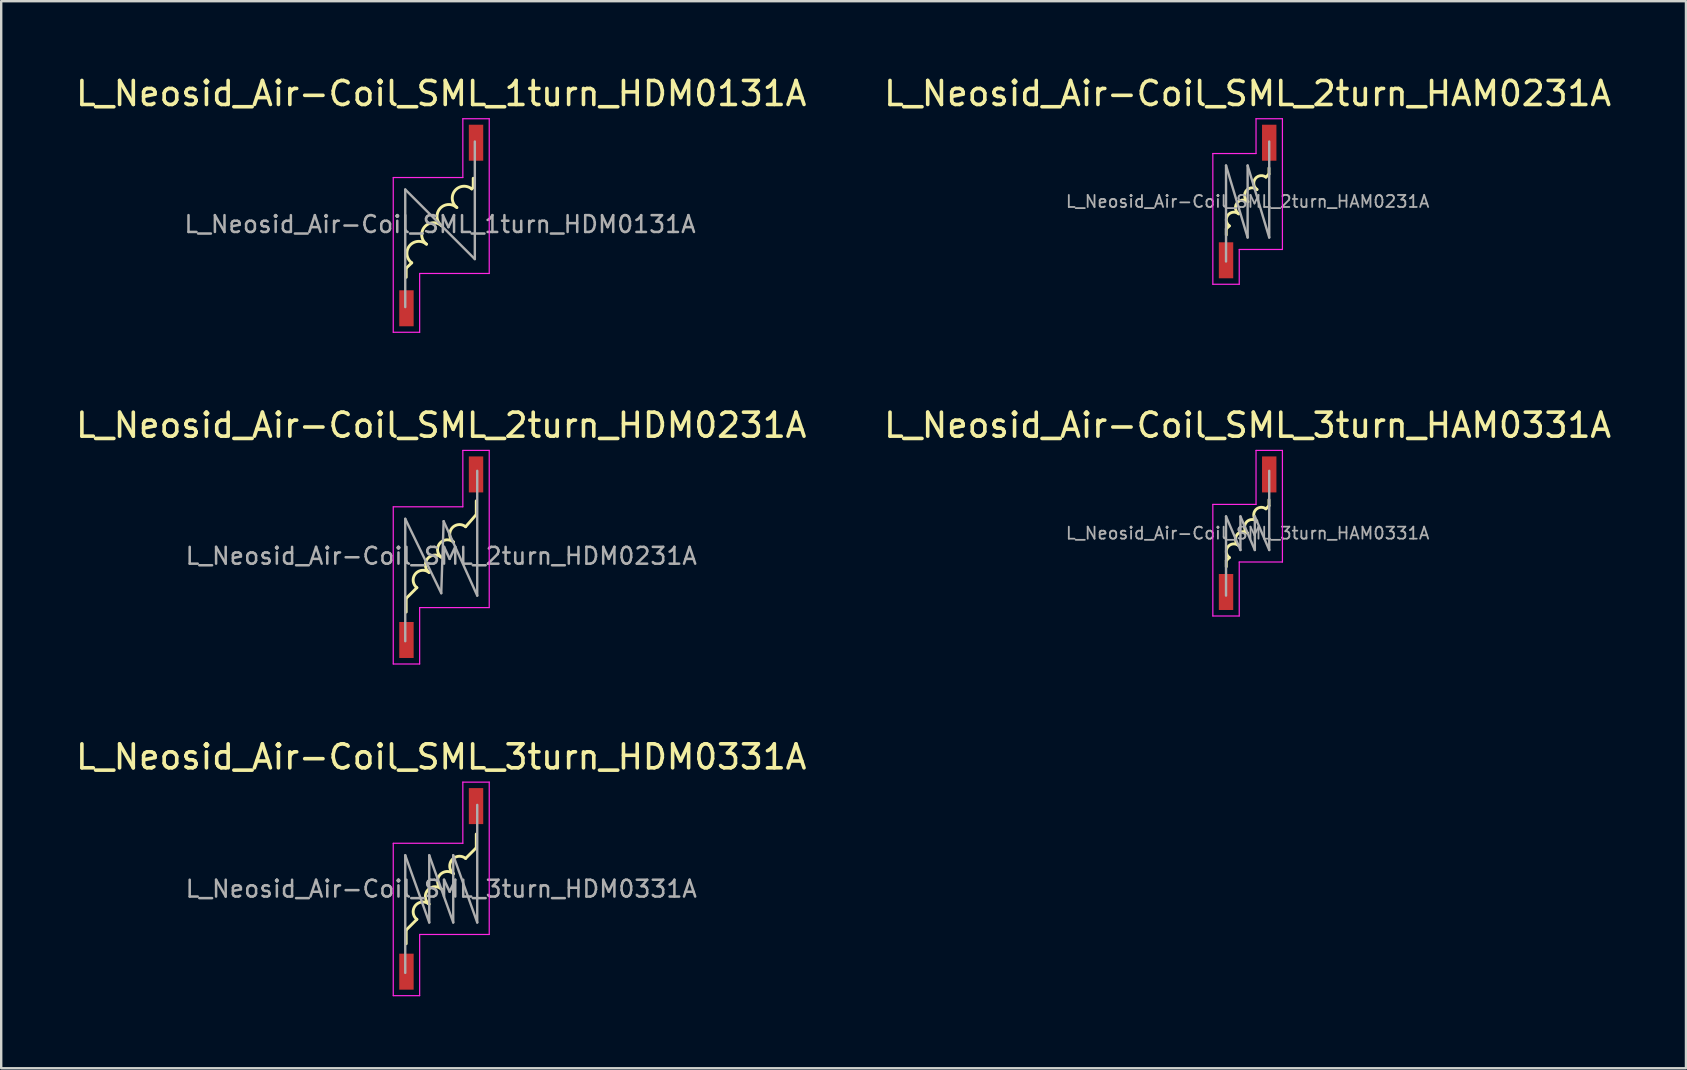
<source format=kicad_pcb>
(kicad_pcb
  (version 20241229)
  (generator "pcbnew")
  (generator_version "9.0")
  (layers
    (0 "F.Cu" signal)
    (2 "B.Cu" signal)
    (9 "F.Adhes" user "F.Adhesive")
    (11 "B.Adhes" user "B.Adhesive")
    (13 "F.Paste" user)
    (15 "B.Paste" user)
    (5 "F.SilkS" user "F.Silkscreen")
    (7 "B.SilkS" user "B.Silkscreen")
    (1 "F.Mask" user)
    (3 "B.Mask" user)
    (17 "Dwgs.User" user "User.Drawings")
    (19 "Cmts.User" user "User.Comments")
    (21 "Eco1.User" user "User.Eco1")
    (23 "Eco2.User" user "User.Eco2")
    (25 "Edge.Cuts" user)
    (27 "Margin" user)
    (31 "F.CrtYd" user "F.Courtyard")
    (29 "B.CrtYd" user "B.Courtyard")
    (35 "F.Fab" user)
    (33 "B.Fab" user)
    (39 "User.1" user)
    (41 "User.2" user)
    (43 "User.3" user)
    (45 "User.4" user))
  (footprint "L_Neosid_Air-Coil_SML_3turn_HAM0331A"
    (layer "F.Cu")
    (at 48.946 19.172)
    (property "Reference" "L_Neosid_Air-Coil_SML_3turn_HAM0331A" (at 0 -4.5 0) (layer "F.SilkS") (effects (font (size 1 1) (thickness 0.15))))
    (attr smd)
    (fp_line (start -0.889 1.143) (end -0.889 1.397) (stroke (width 0.12) (type solid)) (layer "F.SilkS"))
    (fp_line (start -0.762 1.016) (end -0.889 1.143) (stroke (width 0.12) (type solid)) (layer "F.SilkS"))
    (fp_line (start 0.762 -1.016) (end 0.889 -1.143) (stroke (width 0.12) (type solid)) (layer "F.SilkS"))
    (fp_line (start 0.889 -1.143) (end 0.889 -1.397) (stroke (width 0.12) (type solid)) (layer "F.SilkS"))
    (fp_arc (start -0.761998 1.016) (mid -0.825499 0.571501) (end -0.381 0.508) (stroke (width 0.12) (type solid)) (layer "F.SilkS"))
    (fp_arc (start -0.380998 0.508) (mid -0.444499 0.063501) (end 0 0) (stroke (width 0.12) (type solid)) (layer "F.SilkS"))
    (fp_arc (start 0.000002 0) (mid -0.063499 -0.444499) (end 0.381 -0.508) (stroke (width 0.12) (type solid)) (layer "F.SilkS"))
    (fp_arc (start 0.381002 -0.508) (mid 0.317501 -0.952499) (end 0.762 -1.016) (stroke (width 0.12) (type solid)) (layer "F.SilkS"))
    (fp_line (start -1.45 -1.2) (end -1.45 3.45) (stroke (width 0.05) (type solid)) (layer "F.CrtYd"))
    (fp_line (start -1.45 3.45) (end -0.35 3.45) (stroke (width 0.05) (type solid)) (layer "F.CrtYd"))
    (fp_line (start -0.35 1.2) (end 1.45 1.2) (stroke (width 0.05) (type solid)) (layer "F.CrtYd"))
    (fp_line (start -0.35 3.45) (end -0.35 1.2) (stroke (width 0.05) (type solid)) (layer "F.CrtYd"))
    (fp_line (start 0.35 -3.45) (end 0.35 -1.2) (stroke (width 0.05) (type solid)) (layer "F.CrtYd"))
    (fp_line (start 0.35 -1.2) (end -1.45 -1.2) (stroke (width 0.05) (type solid)) (layer "F.CrtYd"))
    (fp_line (start 1.45 -3.45) (end 0.35 -3.45) (stroke (width 0.05) (type solid)) (layer "F.CrtYd"))
    (fp_line (start 1.45 1.2) (end 1.45 -3.45) (stroke (width 0.05) (type solid)) (layer "F.CrtYd"))
    (fp_line (start -0.9 -0.7) (end -0.3 0.7) (stroke (width 0.1) (type solid)) (layer "F.Fab"))
    (fp_line (start -0.9 2.6) (end -0.9 -0.7) (stroke (width 0.1) (type solid)) (layer "F.Fab"))
    (fp_line (start -0.3 -0.7) (end 0.3 0.7) (stroke (width 0.1) (type solid)) (layer "F.Fab"))
    (fp_line (start -0.3 0.7) (end -0.3 -0.7) (stroke (width 0.1) (type solid)) (layer "F.Fab"))
    (fp_line (start 0.3 -0.7) (end 0.9 0.7) (stroke (width 0.1) (type solid)) (layer "F.Fab"))
    (fp_line (start 0.3 0.7) (end 0.3 -0.7) (stroke (width 0.1) (type solid)) (layer "F.Fab"))
    (fp_line (start 0.9 0.7) (end 0.9 -2.6) (stroke (width 0.1) (type solid)) (layer "F.Fab"))
    (fp_text user "${REFERENCE}" (at 0 0 0) (layer "F.Fab") (effects (font (size 0.5 0.5) (thickness 0.075))))
    (pad "1" smd rect (at -0.9 2.45) (size 0.6 1.5) (layers "F.Cu" "F.Mask" "F.Paste"))
    (pad "2" smd rect (at 0.9 -2.45) (size 0.6 1.5) (layers "F.Cu" "F.Mask" "F.Paste")))
  (footprint "L_Neosid_Air-Coil_SML_2turn_HAM0231A"
    (layer "F.Cu")
    (at 48.946 5.348)
    (property "Reference" "L_Neosid_Air-Coil_SML_2turn_HAM0231A" (at 0 -4.5 0) (layer "F.SilkS") (effects (font (size 1 1) (thickness 0.15))))
    (attr smd)
    (fp_line (start -0.889 1.143) (end -0.889 1.397) (stroke (width 0.12) (type solid)) (layer "F.SilkS"))
    (fp_line (start -0.889 1.143) (end -0.762 1.016) (stroke (width 0.12) (type solid)) (layer "F.SilkS"))
    (fp_line (start 0.762 -1.016) (end 0.889 -1.143) (stroke (width 0.12) (type solid)) (layer "F.SilkS"))
    (fp_line (start 0.889 -1.143) (end 0.889 -1.397) (stroke (width 0.12) (type solid)) (layer "F.SilkS"))
    (fp_arc (start -0.761998 1.015998) (mid -0.825498 0.5715) (end -0.381 0.508) (stroke (width 0.12) (type solid)) (layer "F.SilkS"))
    (fp_arc (start -0.366615 0.518174) (mid -0.449686 0.070621) (end 0 0) (stroke (width 0.12) (type solid)) (layer "F.SilkS"))
    (fp_arc (start 0.014385 0.010174) (mid -0.068686 -0.437379) (end 0.381 -0.508) (stroke (width 0.12) (type solid)) (layer "F.SilkS"))
    (fp_arc (start 0.395385 -0.497826) (mid 0.312314 -0.945379) (end 0.762 -1.016) (stroke (width 0.12) (type solid)) (layer "F.SilkS"))
    (fp_line (start -1.45 -2) (end -1.45 3.45) (stroke (width 0.05) (type solid)) (layer "F.CrtYd"))
    (fp_line (start -1.45 3.45) (end -0.35 3.45) (stroke (width 0.05) (type solid)) (layer "F.CrtYd"))
    (fp_line (start -0.35 2) (end 1.45 2) (stroke (width 0.05) (type solid)) (layer "F.CrtYd"))
    (fp_line (start -0.35 3.45) (end -0.35 2) (stroke (width 0.05) (type solid)) (layer "F.CrtYd"))
    (fp_line (start 0.35 -3.45) (end 0.35 -2) (stroke (width 0.05) (type solid)) (layer "F.CrtYd"))
    (fp_line (start 0.35 -2) (end -1.45 -2) (stroke (width 0.05) (type solid)) (layer "F.CrtYd"))
    (fp_line (start 1.45 -3.45) (end 0.35 -3.45) (stroke (width 0.05) (type solid)) (layer "F.CrtYd"))
    (fp_line (start 1.45 2) (end 1.45 -3.45) (stroke (width 0.05) (type solid)) (layer "F.CrtYd"))
    (fp_line (start -0.9 -1.5) (end 0 1.5) (stroke (width 0.1) (type solid)) (layer "F.Fab"))
    (fp_line (start -0.9 2.5) (end -0.9 -1.5) (stroke (width 0.1) (type solid)) (layer "F.Fab"))
    (fp_line (start 0 -1.5) (end 0.9 1.5) (stroke (width 0.1) (type solid)) (layer "F.Fab"))
    (fp_line (start 0 1.5) (end 0 -1.5) (stroke (width 0.1) (type solid)) (layer "F.Fab"))
    (fp_line (start 0.9 1.5) (end 0.9 -2.5) (stroke (width 0.1) (type solid)) (layer "F.Fab"))
    (fp_text user "${REFERENCE}" (at 0 0 0) (layer "F.Fab") (effects (font (size 0.5 0.5) (thickness 0.075))))
    (pad "1" smd rect (at -0.9 2.45) (size 0.6 1.5) (layers "F.Cu" "F.Mask" "F.Paste"))
    (pad "2" smd rect (at 0.9 -2.45) (size 0.6 1.5) (layers "F.Cu" "F.Mask" "F.Paste")))
  (footprint "L_Neosid_Air-Coil_SML_2turn_HDM0231A"
    (layer "F.Cu")
    (at 15.339 20.172)
    (property "Reference" "L_Neosid_Air-Coil_SML_2turn_HDM0231A" (at 0 -5.5 0) (layer "F.SilkS") (effects (font (size 1 1) (thickness 0.15))))
    (attr smd)
    (fp_line (start -1.46 1.714) (end -1.46 2.286) (stroke (width 0.12) (type solid)) (layer "F.SilkS"))
    (fp_line (start -1.016 1.27) (end -1.46 1.714) (stroke (width 0.12) (type solid)) (layer "F.SilkS"))
    (fp_line (start 1.016 -1.27) (end 1.46 -1.778) (stroke (width 0.12) (type solid)) (layer "F.SilkS"))
    (fp_line (start 1.46 -1.778) (end 1.46 -2.349) (stroke (width 0.12) (type solid)) (layer "F.SilkS"))
    (fp_arc (start -1.015998 1.269998) (mid -1.079498 0.6985) (end -0.508 0.635) (stroke (width 0.12) (type solid)) (layer "F.SilkS"))
    (fp_arc (start -0.507998 0.634998) (mid -0.571498 0.0635) (end 0 0) (stroke (width 0.12) (type solid)) (layer "F.SilkS"))
    (fp_arc (start 0.000002 -0.000002) (mid -0.063498 -0.5715) (end 0.508 -0.635) (stroke (width 0.12) (type solid)) (layer "F.SilkS"))
    (fp_arc (start 0.508002 -0.635002) (mid 0.444502 -1.2065) (end 1.016 -1.27) (stroke (width 0.12) (type solid)) (layer "F.SilkS"))
    (fp_line (start -2 -2.1) (end -2 4.45) (stroke (width 0.05) (type solid)) (layer "F.CrtYd"))
    (fp_line (start -2 4.45) (end -0.9 4.45) (stroke (width 0.05) (type solid)) (layer "F.CrtYd"))
    (fp_line (start -0.9 2.1) (end 2 2.1) (stroke (width 0.05) (type solid)) (layer "F.CrtYd"))
    (fp_line (start -0.9 4.45) (end -0.9 2.1) (stroke (width 0.05) (type solid)) (layer "F.CrtYd"))
    (fp_line (start 0.9 -4.45) (end 0.9 -2.1) (stroke (width 0.05) (type solid)) (layer "F.CrtYd"))
    (fp_line (start 0.9 -2.1) (end -2 -2.1) (stroke (width 0.05) (type solid)) (layer "F.CrtYd"))
    (fp_line (start 2 -4.45) (end 0.9 -4.45) (stroke (width 0.05) (type solid)) (layer "F.CrtYd"))
    (fp_line (start 2 2.1) (end 2 -4.45) (stroke (width 0.05) (type solid)) (layer "F.CrtYd"))
    (fp_line (start -1.5 -1.6) (end 0 1.5) (stroke (width 0.1) (type solid)) (layer "F.Fab"))
    (fp_line (start -1.5 3.5) (end -1.5 -1.6) (stroke (width 0.1) (type solid)) (layer "F.Fab"))
    (fp_line (start 0 1.5) (end 0.1 -1.5) (stroke (width 0.1) (type solid)) (layer "F.Fab"))
    (fp_line (start 0.1 -1.5) (end 1.5 1.6) (stroke (width 0.1) (type solid)) (layer "F.Fab"))
    (fp_line (start 1.5 1.6) (end 1.5 -3.6) (stroke (width 0.1) (type solid)) (layer "F.Fab"))
    (fp_text user "${REFERENCE}" (at 0 -0.05 0) (layer "F.Fab") (effects (font (size 0.7 0.7) (thickness 0.105))))
    (pad "1" smd rect (at -1.45 3.45) (size 0.6 1.5) (layers "F.Cu" "F.Mask" "F.Paste"))
    (pad "2" smd rect (at 1.45 -3.45) (size 0.6 1.5) (layers "F.Cu" "F.Mask" "F.Paste")))
  (footprint "L_Neosid_Air-Coil_SML_3turn_HDM0331A"
    (layer "F.Cu")
    (at 15.339 33.995)
    (property "Reference" "L_Neosid_Air-Coil_SML_3turn_HDM0331A" (at 0 -5.5 0) (layer "F.SilkS") (effects (font (size 1 1) (thickness 0.15))))
    (attr smd)
    (fp_line (start -1.46 1.714) (end -1.016 1.27) (stroke (width 0.12) (type solid)) (layer "F.SilkS"))
    (fp_line (start -1.46 2.286) (end -1.46 1.714) (stroke (width 0.12) (type solid)) (layer "F.SilkS"))
    (fp_line (start 1.016 -1.27) (end 1.46 -1.714) (stroke (width 0.12) (type solid)) (layer "F.SilkS"))
    (fp_line (start 1.46 -1.714) (end 1.46 -2.286) (stroke (width 0.12) (type solid)) (layer "F.SilkS"))
    (fp_arc (start -1.015998 1.269998) (mid -1.079498 0.6985) (end -0.508 0.635) (stroke (width 0.12) (type solid)) (layer "F.SilkS"))
    (fp_arc (start -0.507998 0.634998) (mid -0.571498 0.0635) (end 0 0) (stroke (width 0.12) (type solid)) (layer "F.SilkS"))
    (fp_arc (start 0.000002 -0.000002) (mid -0.063498 -0.5715) (end 0.508 -0.635) (stroke (width 0.12) (type solid)) (layer "F.SilkS"))
    (fp_arc (start 0.508002 -0.635002) (mid 0.444502 -1.2065) (end 1.016 -1.27) (stroke (width 0.12) (type solid)) (layer "F.SilkS"))
    (fp_line (start -2 -1.9) (end -2 4.45) (stroke (width 0.05) (type solid)) (layer "F.CrtYd"))
    (fp_line (start -2 4.45) (end -0.9 4.45) (stroke (width 0.05) (type solid)) (layer "F.CrtYd"))
    (fp_line (start -0.9 1.9) (end 2 1.9) (stroke (width 0.05) (type solid)) (layer "F.CrtYd"))
    (fp_line (start -0.9 4.45) (end -0.9 1.9) (stroke (width 0.05) (type solid)) (layer "F.CrtYd"))
    (fp_line (start 0.9 -4.45) (end 0.9 -1.9) (stroke (width 0.05) (type solid)) (layer "F.CrtYd"))
    (fp_line (start 0.9 -1.9) (end -2 -1.9) (stroke (width 0.05) (type solid)) (layer "F.CrtYd"))
    (fp_line (start 2 -4.45) (end 0.9 -4.45) (stroke (width 0.05) (type solid)) (layer "F.CrtYd"))
    (fp_line (start 2 1.9) (end 2 -4.45) (stroke (width 0.05) (type solid)) (layer "F.CrtYd"))
    (fp_line (start -1.5 -1.4) (end -0.5 1.4) (stroke (width 0.1) (type solid)) (layer "F.Fab"))
    (fp_line (start -1.5 3.5) (end -1.5 -1.4) (stroke (width 0.1) (type solid)) (layer "F.Fab"))
    (fp_line (start -0.5 -1.4) (end 0.5 1.4) (stroke (width 0.1) (type solid)) (layer "F.Fab"))
    (fp_line (start -0.5 1.4) (end -0.5 -1.4) (stroke (width 0.1) (type solid)) (layer "F.Fab"))
    (fp_line (start 0.5 -1.4) (end 1.5 1.4) (stroke (width 0.1) (type solid)) (layer "F.Fab"))
    (fp_line (start 0.5 1.4) (end 0.5 -1.4) (stroke (width 0.1) (type solid)) (layer "F.Fab"))
    (fp_line (start 1.5 1.4) (end 1.5 -3.5) (stroke (width 0.1) (type solid)) (layer "F.Fab"))
    (fp_text user "${REFERENCE}" (at 0 0 0) (layer "F.Fab") (effects (font (size 0.7 0.7) (thickness 0.105))))
    (pad "1" smd rect (at -1.45 3.45) (size 0.6 1.5) (layers "F.Cu" "F.Mask" "F.Paste"))
    (pad "2" smd rect (at 1.45 -3.45) (size 0.6 1.5) (layers "F.Cu" "F.Mask" "F.Paste")))
  (footprint "L_Neosid_Air-Coil_SML_1turn_HDM0131A"
    (layer "F.Cu")
    (at 15.339 6.348)
    (property "Reference" "L_Neosid_Air-Coil_SML_1turn_HDM0131A" (at 0 -5.5 0) (layer "F.SilkS") (effects (font (size 1 1) (thickness 0.15))))
    (attr smd)
    (fp_line (start -1.46 1.778) (end -1.46 2.159) (stroke (width 0.12) (type solid)) (layer "F.SilkS"))
    (fp_line (start -1.23 1.556) (end -1.46 1.778) (stroke (width 0.12) (type solid)) (layer "F.SilkS"))
    (fp_line (start 1.27 -1.524) (end 1.333 -1.587) (stroke (width 0.12) (type solid)) (layer "F.SilkS"))
    (fp_line (start 1.333 -1.587) (end 1.333 -1.968) (stroke (width 0.12) (type solid)) (layer "F.SilkS"))
    (fp_arc (start -1.230136 1.555522) (mid -1.321575 0.851126) (end -0.615068 0.777761) (stroke (width 0.12) (type solid)) (layer "F.SilkS"))
    (fp_arc (start -0.615068 0.777761) (mid -0.706507 0.073365) (end 0 0) (stroke (width 0.12) (type solid)) (layer "F.SilkS"))
    (fp_arc (start 0.019932 0.015761) (mid -0.071507 -0.688635) (end 0.635 -0.762) (stroke (width 0.12) (type solid)) (layer "F.SilkS"))
    (fp_arc (start 0.654932 -0.746239) (mid 0.563493 -1.450635) (end 1.27 -1.524) (stroke (width 0.12) (type solid)) (layer "F.SilkS"))
    (fp_line (start -2 -2) (end -2 4.45) (stroke (width 0.05) (type solid)) (layer "F.CrtYd"))
    (fp_line (start -2 4.45) (end -0.9 4.45) (stroke (width 0.05) (type solid)) (layer "F.CrtYd"))
    (fp_line (start -0.9 2) (end 2 2) (stroke (width 0.05) (type solid)) (layer "F.CrtYd"))
    (fp_line (start -0.9 4.45) (end -0.9 2) (stroke (width 0.05) (type solid)) (layer "F.CrtYd"))
    (fp_line (start 0.9 -4.45) (end 0.9 -2) (stroke (width 0.05) (type solid)) (layer "F.CrtYd"))
    (fp_line (start 0.9 -2) (end -2 -2) (stroke (width 0.05) (type solid)) (layer "F.CrtYd"))
    (fp_line (start 2 -4.45) (end 0.9 -4.45) (stroke (width 0.05) (type solid)) (layer "F.CrtYd"))
    (fp_line (start 2 2) (end 2 -4.45) (stroke (width 0.05) (type solid)) (layer "F.CrtYd"))
    (fp_line (start -1.5 -1.5) (end 1.4 1.4) (stroke (width 0.1) (type solid)) (layer "F.Fab"))
    (fp_line (start -1.5 3.4) (end -1.5 -1.5) (stroke (width 0.1) (type solid)) (layer "F.Fab"))
    (fp_line (start 1.4 1.4) (end 1.4 -3.5) (stroke (width 0.1) (type solid)) (layer "F.Fab"))
    (fp_text user "${REFERENCE}" (at -0.05 -0.05 0) (layer "F.Fab") (effects (font (size 0.7 0.7) (thickness 0.105))))
    (pad "1" smd rect (at -1.45 3.45) (size 0.6 1.5) (layers "F.Cu" "F.Mask" "F.Paste"))
    (pad "2" smd rect (at 1.45 -3.45) (size 0.6 1.5) (layers "F.Cu" "F.Mask" "F.Paste")))
  (gr_rect
    (start -3 -3)
    (end 67.214 41.47)
    (stroke (width 0.1) (type default))
    (fill no)
    (layer "Edge.Cuts")))
</source>
